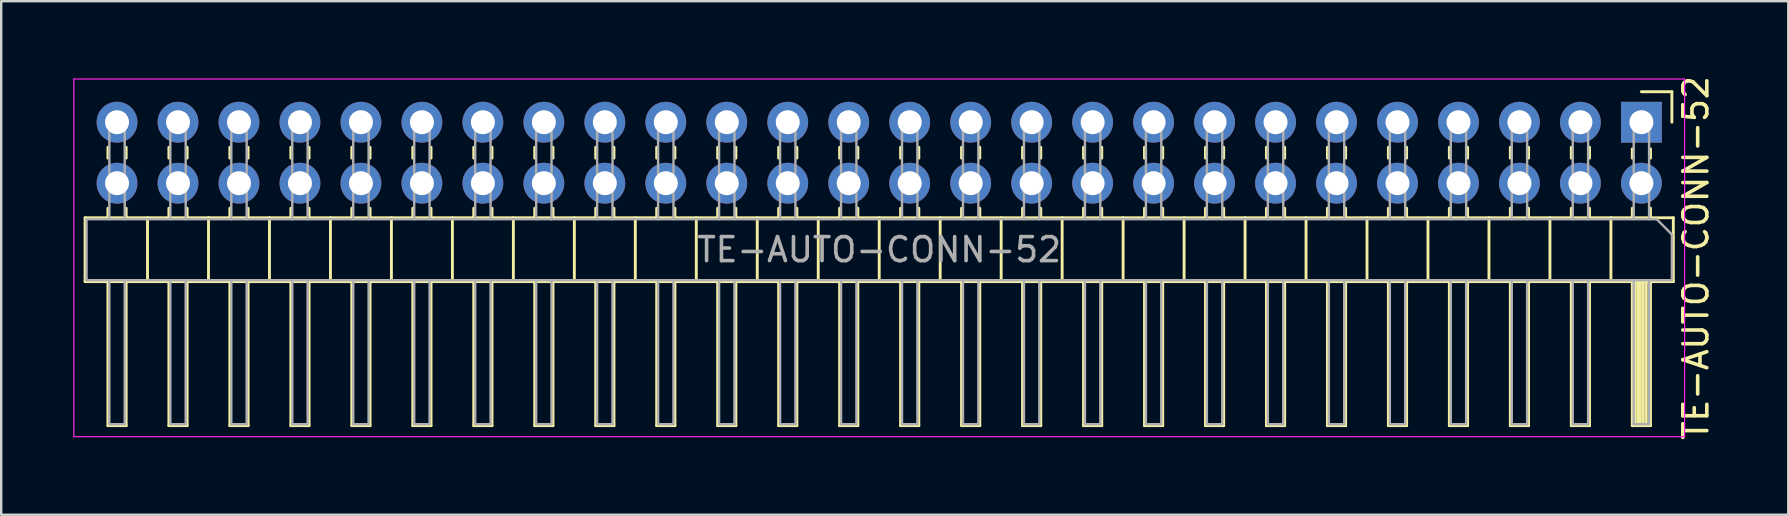
<source format=kicad_pcb>
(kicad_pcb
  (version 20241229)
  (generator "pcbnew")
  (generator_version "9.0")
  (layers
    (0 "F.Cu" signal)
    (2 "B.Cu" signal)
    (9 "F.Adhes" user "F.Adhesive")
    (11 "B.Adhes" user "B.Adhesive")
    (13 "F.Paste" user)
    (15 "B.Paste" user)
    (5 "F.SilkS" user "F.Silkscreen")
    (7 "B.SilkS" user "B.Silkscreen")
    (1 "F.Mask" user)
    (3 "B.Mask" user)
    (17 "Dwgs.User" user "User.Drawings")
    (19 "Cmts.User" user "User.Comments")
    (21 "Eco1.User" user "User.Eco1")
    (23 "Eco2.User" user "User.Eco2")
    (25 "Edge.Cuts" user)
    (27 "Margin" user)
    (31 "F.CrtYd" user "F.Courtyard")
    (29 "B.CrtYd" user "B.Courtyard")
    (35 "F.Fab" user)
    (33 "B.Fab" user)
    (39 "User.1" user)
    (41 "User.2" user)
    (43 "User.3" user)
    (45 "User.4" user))
  (footprint "TE-AUTO-CONN-52"
    (layer "F.Cu")
    (at 29.765 10.931)
    (property "Reference" "TE-AUTO-CONN-52" (at 37.83 -3.235 270) (layer "F.SilkS") (effects (font (size 1 1) (thickness 0.15))))
    (attr through_hole)
    (fp_line (start -29.27 -4.91) (end -29.27 -2.25) (stroke (width 0.12) (type solid)) (layer "F.SilkS"))
    (fp_line (start -29.27 -2.25) (end 36.89 -2.25) (stroke (width 0.12) (type solid)) (layer "F.SilkS"))
    (fp_line (start -28.32 -7.847) (end -28.32 -7.393) (stroke (width 0.12) (type solid)) (layer "F.SilkS"))
    (fp_line (start -28.32 -5.307) (end -28.32 -4.91) (stroke (width 0.12) (type solid)) (layer "F.SilkS"))
    (fp_line (start -28.32 3.75) (end -28.32 -2.25) (stroke (width 0.12) (type solid)) (layer "F.SilkS"))
    (fp_line (start -27.56 -7.847) (end -27.56 -7.393) (stroke (width 0.12) (type solid)) (layer "F.SilkS"))
    (fp_line (start -27.56 -5.307) (end -27.56 -4.91) (stroke (width 0.12) (type solid)) (layer "F.SilkS"))
    (fp_line (start -27.56 -2.25) (end -27.56 3.75) (stroke (width 0.12) (type solid)) (layer "F.SilkS"))
    (fp_line (start -27.56 3.75) (end -28.32 3.75) (stroke (width 0.12) (type solid)) (layer "F.SilkS"))
    (fp_line (start -26.67 -4.91) (end -26.67 -2.25) (stroke (width 0.12) (type solid)) (layer "F.SilkS"))
    (fp_line (start -25.78 -7.847) (end -25.78 -7.393) (stroke (width 0.12) (type solid)) (layer "F.SilkS"))
    (fp_line (start -25.78 -5.307) (end -25.78 -4.91) (stroke (width 0.12) (type solid)) (layer "F.SilkS"))
    (fp_line (start -25.78 3.75) (end -25.78 -2.25) (stroke (width 0.12) (type solid)) (layer "F.SilkS"))
    (fp_line (start -25.02 -7.847) (end -25.02 -7.393) (stroke (width 0.12) (type solid)) (layer "F.SilkS"))
    (fp_line (start -25.02 -5.307) (end -25.02 -4.91) (stroke (width 0.12) (type solid)) (layer "F.SilkS"))
    (fp_line (start -25.02 -2.25) (end -25.02 3.75) (stroke (width 0.12) (type solid)) (layer "F.SilkS"))
    (fp_line (start -25.02 3.75) (end -25.78 3.75) (stroke (width 0.12) (type solid)) (layer "F.SilkS"))
    (fp_line (start -24.13 -4.91) (end -24.13 -2.25) (stroke (width 0.12) (type solid)) (layer "F.SilkS"))
    (fp_line (start -23.24 -7.847) (end -23.24 -7.393) (stroke (width 0.12) (type solid)) (layer "F.SilkS"))
    (fp_line (start -23.24 -5.307) (end -23.24 -4.91) (stroke (width 0.12) (type solid)) (layer "F.SilkS"))
    (fp_line (start -23.24 3.75) (end -23.24 -2.25) (stroke (width 0.12) (type solid)) (layer "F.SilkS"))
    (fp_line (start -22.48 -7.847) (end -22.48 -7.393) (stroke (width 0.12) (type solid)) (layer "F.SilkS"))
    (fp_line (start -22.48 -5.307) (end -22.48 -4.91) (stroke (width 0.12) (type solid)) (layer "F.SilkS"))
    (fp_line (start -22.48 -2.25) (end -22.48 3.75) (stroke (width 0.12) (type solid)) (layer "F.SilkS"))
    (fp_line (start -22.48 3.75) (end -23.24 3.75) (stroke (width 0.12) (type solid)) (layer "F.SilkS"))
    (fp_line (start -21.59 -4.91) (end -21.59 -2.25) (stroke (width 0.12) (type solid)) (layer "F.SilkS"))
    (fp_line (start -20.7 -7.847) (end -20.7 -7.393) (stroke (width 0.12) (type solid)) (layer "F.SilkS"))
    (fp_line (start -20.7 -5.307) (end -20.7 -4.91) (stroke (width 0.12) (type solid)) (layer "F.SilkS"))
    (fp_line (start -20.7 3.75) (end -20.7 -2.25) (stroke (width 0.12) (type solid)) (layer "F.SilkS"))
    (fp_line (start -19.94 -7.847) (end -19.94 -7.393) (stroke (width 0.12) (type solid)) (layer "F.SilkS"))
    (fp_line (start -19.94 -5.307) (end -19.94 -4.91) (stroke (width 0.12) (type solid)) (layer "F.SilkS"))
    (fp_line (start -19.94 -2.25) (end -19.94 3.75) (stroke (width 0.12) (type solid)) (layer "F.SilkS"))
    (fp_line (start -19.94 3.75) (end -20.7 3.75) (stroke (width 0.12) (type solid)) (layer "F.SilkS"))
    (fp_line (start -19.05 -4.91) (end -19.05 -2.25) (stroke (width 0.12) (type solid)) (layer "F.SilkS"))
    (fp_line (start -18.16 -7.847) (end -18.16 -7.393) (stroke (width 0.12) (type solid)) (layer "F.SilkS"))
    (fp_line (start -18.16 -5.307) (end -18.16 -4.91) (stroke (width 0.12) (type solid)) (layer "F.SilkS"))
    (fp_line (start -18.16 3.75) (end -18.16 -2.25) (stroke (width 0.12) (type solid)) (layer "F.SilkS"))
    (fp_line (start -17.4 -7.847) (end -17.4 -7.393) (stroke (width 0.12) (type solid)) (layer "F.SilkS"))
    (fp_line (start -17.4 -5.307) (end -17.4 -4.91) (stroke (width 0.12) (type solid)) (layer "F.SilkS"))
    (fp_line (start -17.4 -2.25) (end -17.4 3.75) (stroke (width 0.12) (type solid)) (layer "F.SilkS"))
    (fp_line (start -17.4 3.75) (end -18.16 3.75) (stroke (width 0.12) (type solid)) (layer "F.SilkS"))
    (fp_line (start -16.51 -4.91) (end -16.51 -2.25) (stroke (width 0.12) (type solid)) (layer "F.SilkS"))
    (fp_line (start -15.62 -7.847) (end -15.62 -7.393) (stroke (width 0.12) (type solid)) (layer "F.SilkS"))
    (fp_line (start -15.62 -5.307) (end -15.62 -4.91) (stroke (width 0.12) (type solid)) (layer "F.SilkS"))
    (fp_line (start -15.62 3.75) (end -15.62 -2.25) (stroke (width 0.12) (type solid)) (layer "F.SilkS"))
    (fp_line (start -14.86 -7.847) (end -14.86 -7.393) (stroke (width 0.12) (type solid)) (layer "F.SilkS"))
    (fp_line (start -14.86 -5.307) (end -14.86 -4.91) (stroke (width 0.12) (type solid)) (layer "F.SilkS"))
    (fp_line (start -14.86 -2.25) (end -14.86 3.75) (stroke (width 0.12) (type solid)) (layer "F.SilkS"))
    (fp_line (start -14.86 3.75) (end -15.62 3.75) (stroke (width 0.12) (type solid)) (layer "F.SilkS"))
    (fp_line (start -13.97 -4.91) (end -13.97 -2.25) (stroke (width 0.12) (type solid)) (layer "F.SilkS"))
    (fp_line (start -13.08 -7.847) (end -13.08 -7.393) (stroke (width 0.12) (type solid)) (layer "F.SilkS"))
    (fp_line (start -13.08 -5.307) (end -13.08 -4.91) (stroke (width 0.12) (type solid)) (layer "F.SilkS"))
    (fp_line (start -13.08 3.75) (end -13.08 -2.25) (stroke (width 0.12) (type solid)) (layer "F.SilkS"))
    (fp_line (start -12.32 -7.847) (end -12.32 -7.393) (stroke (width 0.12) (type solid)) (layer "F.SilkS"))
    (fp_line (start -12.32 -5.307) (end -12.32 -4.91) (stroke (width 0.12) (type solid)) (layer "F.SilkS"))
    (fp_line (start -12.32 -2.25) (end -12.32 3.75) (stroke (width 0.12) (type solid)) (layer "F.SilkS"))
    (fp_line (start -12.32 3.75) (end -13.08 3.75) (stroke (width 0.12) (type solid)) (layer "F.SilkS"))
    (fp_line (start -11.43 -4.91) (end -11.43 -2.25) (stroke (width 0.12) (type solid)) (layer "F.SilkS"))
    (fp_line (start -10.54 -7.847) (end -10.54 -7.393) (stroke (width 0.12) (type solid)) (layer "F.SilkS"))
    (fp_line (start -10.54 -5.307) (end -10.54 -4.91) (stroke (width 0.12) (type solid)) (layer "F.SilkS"))
    (fp_line (start -10.54 3.75) (end -10.54 -2.25) (stroke (width 0.12) (type solid)) (layer "F.SilkS"))
    (fp_line (start -9.78 -7.847) (end -9.78 -7.393) (stroke (width 0.12) (type solid)) (layer "F.SilkS"))
    (fp_line (start -9.78 -5.307) (end -9.78 -4.91) (stroke (width 0.12) (type solid)) (layer "F.SilkS"))
    (fp_line (start -9.78 -2.25) (end -9.78 3.75) (stroke (width 0.12) (type solid)) (layer "F.SilkS"))
    (fp_line (start -9.78 3.75) (end -10.54 3.75) (stroke (width 0.12) (type solid)) (layer "F.SilkS"))
    (fp_line (start -8.89 -4.91) (end -8.89 -2.25) (stroke (width 0.12) (type solid)) (layer "F.SilkS"))
    (fp_line (start -8 -7.847) (end -8 -7.393) (stroke (width 0.12) (type solid)) (layer "F.SilkS"))
    (fp_line (start -8 -5.307) (end -8 -4.91) (stroke (width 0.12) (type solid)) (layer "F.SilkS"))
    (fp_line (start -8 3.75) (end -8 -2.25) (stroke (width 0.12) (type solid)) (layer "F.SilkS"))
    (fp_line (start -7.24 -7.847) (end -7.24 -7.393) (stroke (width 0.12) (type solid)) (layer "F.SilkS"))
    (fp_line (start -7.24 -5.307) (end -7.24 -4.91) (stroke (width 0.12) (type solid)) (layer "F.SilkS"))
    (fp_line (start -7.24 -2.25) (end -7.24 3.75) (stroke (width 0.12) (type solid)) (layer "F.SilkS"))
    (fp_line (start -7.24 3.75) (end -8 3.75) (stroke (width 0.12) (type solid)) (layer "F.SilkS"))
    (fp_line (start -6.35 -4.91) (end -6.35 -2.25) (stroke (width 0.12) (type solid)) (layer "F.SilkS"))
    (fp_line (start -5.46 -7.847) (end -5.46 -7.393) (stroke (width 0.12) (type solid)) (layer "F.SilkS"))
    (fp_line (start -5.46 -5.307) (end -5.46 -4.91) (stroke (width 0.12) (type solid)) (layer "F.SilkS"))
    (fp_line (start -5.46 3.75) (end -5.46 -2.25) (stroke (width 0.12) (type solid)) (layer "F.SilkS"))
    (fp_line (start -4.7 -7.847) (end -4.7 -7.393) (stroke (width 0.12) (type solid)) (layer "F.SilkS"))
    (fp_line (start -4.7 -5.307) (end -4.7 -4.91) (stroke (width 0.12) (type solid)) (layer "F.SilkS"))
    (fp_line (start -4.7 -2.25) (end -4.7 3.75) (stroke (width 0.12) (type solid)) (layer "F.SilkS"))
    (fp_line (start -4.7 3.75) (end -5.46 3.75) (stroke (width 0.12) (type solid)) (layer "F.SilkS"))
    (fp_line (start -3.81 -4.91) (end -3.81 -2.25) (stroke (width 0.12) (type solid)) (layer "F.SilkS"))
    (fp_line (start -2.92 -7.847) (end -2.92 -7.393) (stroke (width 0.12) (type solid)) (layer "F.SilkS"))
    (fp_line (start -2.92 -5.307) (end -2.92 -4.91) (stroke (width 0.12) (type solid)) (layer "F.SilkS"))
    (fp_line (start -2.92 3.75) (end -2.92 -2.25) (stroke (width 0.12) (type solid)) (layer "F.SilkS"))
    (fp_line (start -2.16 -7.847) (end -2.16 -7.393) (stroke (width 0.12) (type solid)) (layer "F.SilkS"))
    (fp_line (start -2.16 -5.307) (end -2.16 -4.91) (stroke (width 0.12) (type solid)) (layer "F.SilkS"))
    (fp_line (start -2.16 -2.25) (end -2.16 3.75) (stroke (width 0.12) (type solid)) (layer "F.SilkS"))
    (fp_line (start -2.16 3.75) (end -2.92 3.75) (stroke (width 0.12) (type solid)) (layer "F.SilkS"))
    (fp_line (start -1.27 -4.91) (end -1.27 -2.25) (stroke (width 0.12) (type solid)) (layer "F.SilkS"))
    (fp_line (start -0.38 -7.847) (end -0.38 -7.393) (stroke (width 0.12) (type solid)) (layer "F.SilkS"))
    (fp_line (start -0.38 -5.307) (end -0.38 -4.91) (stroke (width 0.12) (type solid)) (layer "F.SilkS"))
    (fp_line (start -0.38 3.75) (end -0.38 -2.25) (stroke (width 0.12) (type solid)) (layer "F.SilkS"))
    (fp_line (start 0.38 -7.847) (end 0.38 -7.393) (stroke (width 0.12) (type solid)) (layer "F.SilkS"))
    (fp_line (start 0.38 -5.307) (end 0.38 -4.91) (stroke (width 0.12) (type solid)) (layer "F.SilkS"))
    (fp_line (start 0.38 -2.25) (end 0.38 3.75) (stroke (width 0.12) (type solid)) (layer "F.SilkS"))
    (fp_line (start 0.38 3.75) (end -0.38 3.75) (stroke (width 0.12) (type solid)) (layer "F.SilkS"))
    (fp_line (start 1.27 -4.91) (end 1.27 -2.25) (stroke (width 0.12) (type solid)) (layer "F.SilkS"))
    (fp_line (start 2.16 -7.847) (end 2.16 -7.393) (stroke (width 0.12) (type solid)) (layer "F.SilkS"))
    (fp_line (start 2.16 -5.307) (end 2.16 -4.91) (stroke (width 0.12) (type solid)) (layer "F.SilkS"))
    (fp_line (start 2.16 3.75) (end 2.16 -2.25) (stroke (width 0.12) (type solid)) (layer "F.SilkS"))
    (fp_line (start 2.92 -7.847) (end 2.92 -7.393) (stroke (width 0.12) (type solid)) (layer "F.SilkS"))
    (fp_line (start 2.92 -5.307) (end 2.92 -4.91) (stroke (width 0.12) (type solid)) (layer "F.SilkS"))
    (fp_line (start 2.92 -2.25) (end 2.92 3.75) (stroke (width 0.12) (type solid)) (layer "F.SilkS"))
    (fp_line (start 2.92 3.75) (end 2.16 3.75) (stroke (width 0.12) (type solid)) (layer "F.SilkS"))
    (fp_line (start 3.81 -4.91) (end 3.81 -2.25) (stroke (width 0.12) (type solid)) (layer "F.SilkS"))
    (fp_line (start 4.7 -7.847) (end 4.7 -7.393) (stroke (width 0.12) (type solid)) (layer "F.SilkS"))
    (fp_line (start 4.7 -5.307) (end 4.7 -4.91) (stroke (width 0.12) (type solid)) (layer "F.SilkS"))
    (fp_line (start 4.7 3.75) (end 4.7 -2.25) (stroke (width 0.12) (type solid)) (layer "F.SilkS"))
    (fp_line (start 5.46 -7.847) (end 5.46 -7.393) (stroke (width 0.12) (type solid)) (layer "F.SilkS"))
    (fp_line (start 5.46 -5.307) (end 5.46 -4.91) (stroke (width 0.12) (type solid)) (layer "F.SilkS"))
    (fp_line (start 5.46 -2.25) (end 5.46 3.75) (stroke (width 0.12) (type solid)) (layer "F.SilkS"))
    (fp_line (start 5.46 3.75) (end 4.7 3.75) (stroke (width 0.12) (type solid)) (layer "F.SilkS"))
    (fp_line (start 6.35 -4.91) (end 6.35 -2.25) (stroke (width 0.12) (type solid)) (layer "F.SilkS"))
    (fp_line (start 7.24 -7.847) (end 7.24 -7.393) (stroke (width 0.12) (type solid)) (layer "F.SilkS"))
    (fp_line (start 7.24 -5.307) (end 7.24 -4.91) (stroke (width 0.12) (type solid)) (layer "F.SilkS"))
    (fp_line (start 7.24 3.75) (end 7.24 -2.25) (stroke (width 0.12) (type solid)) (layer "F.SilkS"))
    (fp_line (start 8 -7.847) (end 8 -7.393) (stroke (width 0.12) (type solid)) (layer "F.SilkS"))
    (fp_line (start 8 -5.307) (end 8 -4.91) (stroke (width 0.12) (type solid)) (layer "F.SilkS"))
    (fp_line (start 8 -2.25) (end 8 3.75) (stroke (width 0.12) (type solid)) (layer "F.SilkS"))
    (fp_line (start 8 3.75) (end 7.24 3.75) (stroke (width 0.12) (type solid)) (layer "F.SilkS"))
    (fp_line (start 8.89 -4.91) (end 8.89 -2.25) (stroke (width 0.12) (type solid)) (layer "F.SilkS"))
    (fp_line (start 9.78 -7.847) (end 9.78 -7.393) (stroke (width 0.12) (type solid)) (layer "F.SilkS"))
    (fp_line (start 9.78 -5.307) (end 9.78 -4.91) (stroke (width 0.12) (type solid)) (layer "F.SilkS"))
    (fp_line (start 9.78 3.75) (end 9.78 -2.25) (stroke (width 0.12) (type solid)) (layer "F.SilkS"))
    (fp_line (start 10.54 -7.847) (end 10.54 -7.393) (stroke (width 0.12) (type solid)) (layer "F.SilkS"))
    (fp_line (start 10.54 -5.307) (end 10.54 -4.91) (stroke (width 0.12) (type solid)) (layer "F.SilkS"))
    (fp_line (start 10.54 -2.25) (end 10.54 3.75) (stroke (width 0.12) (type solid)) (layer "F.SilkS"))
    (fp_line (start 10.54 3.75) (end 9.78 3.75) (stroke (width 0.12) (type solid)) (layer "F.SilkS"))
    (fp_line (start 11.43 -4.91) (end 11.43 -2.25) (stroke (width 0.12) (type solid)) (layer "F.SilkS"))
    (fp_line (start 12.32 -7.847) (end 12.32 -7.393) (stroke (width 0.12) (type solid)) (layer "F.SilkS"))
    (fp_line (start 12.32 -5.307) (end 12.32 -4.91) (stroke (width 0.12) (type solid)) (layer "F.SilkS"))
    (fp_line (start 12.32 3.75) (end 12.32 -2.25) (stroke (width 0.12) (type solid)) (layer "F.SilkS"))
    (fp_line (start 13.08 -7.847) (end 13.08 -7.393) (stroke (width 0.12) (type solid)) (layer "F.SilkS"))
    (fp_line (start 13.08 -5.307) (end 13.08 -4.91) (stroke (width 0.12) (type solid)) (layer "F.SilkS"))
    (fp_line (start 13.08 -2.25) (end 13.08 3.75) (stroke (width 0.12) (type solid)) (layer "F.SilkS"))
    (fp_line (start 13.08 3.75) (end 12.32 3.75) (stroke (width 0.12) (type solid)) (layer "F.SilkS"))
    (fp_line (start 13.97 -4.91) (end 13.97 -2.25) (stroke (width 0.12) (type solid)) (layer "F.SilkS"))
    (fp_line (start 14.86 -7.847) (end 14.86 -7.393) (stroke (width 0.12) (type solid)) (layer "F.SilkS"))
    (fp_line (start 14.86 -5.307) (end 14.86 -4.91) (stroke (width 0.12) (type solid)) (layer "F.SilkS"))
    (fp_line (start 14.86 3.75) (end 14.86 -2.25) (stroke (width 0.12) (type solid)) (layer "F.SilkS"))
    (fp_line (start 15.62 -7.847) (end 15.62 -7.393) (stroke (width 0.12) (type solid)) (layer "F.SilkS"))
    (fp_line (start 15.62 -5.307) (end 15.62 -4.91) (stroke (width 0.12) (type solid)) (layer "F.SilkS"))
    (fp_line (start 15.62 -2.25) (end 15.62 3.75) (stroke (width 0.12) (type solid)) (layer "F.SilkS"))
    (fp_line (start 15.62 3.75) (end 14.86 3.75) (stroke (width 0.12) (type solid)) (layer "F.SilkS"))
    (fp_line (start 16.51 -4.91) (end 16.51 -2.25) (stroke (width 0.12) (type solid)) (layer "F.SilkS"))
    (fp_line (start 17.4 -7.847) (end 17.4 -7.393) (stroke (width 0.12) (type solid)) (layer "F.SilkS"))
    (fp_line (start 17.4 -5.307) (end 17.4 -4.91) (stroke (width 0.12) (type solid)) (layer "F.SilkS"))
    (fp_line (start 17.4 3.75) (end 17.4 -2.25) (stroke (width 0.12) (type solid)) (layer "F.SilkS"))
    (fp_line (start 18.16 -7.847) (end 18.16 -7.393) (stroke (width 0.12) (type solid)) (layer "F.SilkS"))
    (fp_line (start 18.16 -5.307) (end 18.16 -4.91) (stroke (width 0.12) (type solid)) (layer "F.SilkS"))
    (fp_line (start 18.16 -2.25) (end 18.16 3.75) (stroke (width 0.12) (type solid)) (layer "F.SilkS"))
    (fp_line (start 18.16 3.75) (end 17.4 3.75) (stroke (width 0.12) (type solid)) (layer "F.SilkS"))
    (fp_line (start 19.05 -4.91) (end 19.05 -2.25) (stroke (width 0.12) (type solid)) (layer "F.SilkS"))
    (fp_line (start 19.94 -7.847) (end 19.94 -7.393) (stroke (width 0.12) (type solid)) (layer "F.SilkS"))
    (fp_line (start 19.94 -5.307) (end 19.94 -4.91) (stroke (width 0.12) (type solid)) (layer "F.SilkS"))
    (fp_line (start 19.94 3.75) (end 19.94 -2.25) (stroke (width 0.12) (type solid)) (layer "F.SilkS"))
    (fp_line (start 20.7 -7.847) (end 20.7 -7.393) (stroke (width 0.12) (type solid)) (layer "F.SilkS"))
    (fp_line (start 20.7 -5.307) (end 20.7 -4.91) (stroke (width 0.12) (type solid)) (layer "F.SilkS"))
    (fp_line (start 20.7 -2.25) (end 20.7 3.75) (stroke (width 0.12) (type solid)) (layer "F.SilkS"))
    (fp_line (start 20.7 3.75) (end 19.94 3.75) (stroke (width 0.12) (type solid)) (layer "F.SilkS"))
    (fp_line (start 21.59 -4.91) (end 21.59 -2.25) (stroke (width 0.12) (type solid)) (layer "F.SilkS"))
    (fp_line (start 22.48 -7.847) (end 22.48 -7.393) (stroke (width 0.12) (type solid)) (layer "F.SilkS"))
    (fp_line (start 22.48 -5.307) (end 22.48 -4.91) (stroke (width 0.12) (type solid)) (layer "F.SilkS"))
    (fp_line (start 22.48 3.75) (end 22.48 -2.25) (stroke (width 0.12) (type solid)) (layer "F.SilkS"))
    (fp_line (start 23.24 -7.847) (end 23.24 -7.393) (stroke (width 0.12) (type solid)) (layer "F.SilkS"))
    (fp_line (start 23.24 -5.307) (end 23.24 -4.91) (stroke (width 0.12) (type solid)) (layer "F.SilkS"))
    (fp_line (start 23.24 -2.25) (end 23.24 3.75) (stroke (width 0.12) (type solid)) (layer "F.SilkS"))
    (fp_line (start 23.24 3.75) (end 22.48 3.75) (stroke (width 0.12) (type solid)) (layer "F.SilkS"))
    (fp_line (start 24.13 -4.91) (end 24.13 -2.25) (stroke (width 0.12) (type solid)) (layer "F.SilkS"))
    (fp_line (start 25.02 -7.847) (end 25.02 -7.393) (stroke (width 0.12) (type solid)) (layer "F.SilkS"))
    (fp_line (start 25.02 -5.307) (end 25.02 -4.91) (stroke (width 0.12) (type solid)) (layer "F.SilkS"))
    (fp_line (start 25.02 3.75) (end 25.02 -2.25) (stroke (width 0.12) (type solid)) (layer "F.SilkS"))
    (fp_line (start 25.78 -7.847) (end 25.78 -7.393) (stroke (width 0.12) (type solid)) (layer "F.SilkS"))
    (fp_line (start 25.78 -5.307) (end 25.78 -4.91) (stroke (width 0.12) (type solid)) (layer "F.SilkS"))
    (fp_line (start 25.78 -2.25) (end 25.78 3.75) (stroke (width 0.12) (type solid)) (layer "F.SilkS"))
    (fp_line (start 25.78 3.75) (end 25.02 3.75) (stroke (width 0.12) (type solid)) (layer "F.SilkS"))
    (fp_line (start 26.67 -4.91) (end 26.67 -2.25) (stroke (width 0.12) (type solid)) (layer "F.SilkS"))
    (fp_line (start 27.56 -7.847) (end 27.56 -7.393) (stroke (width 0.12) (type solid)) (layer "F.SilkS"))
    (fp_line (start 27.56 -5.307) (end 27.56 -4.91) (stroke (width 0.12) (type solid)) (layer "F.SilkS"))
    (fp_line (start 27.56 3.75) (end 27.56 -2.25) (stroke (width 0.12) (type solid)) (layer "F.SilkS"))
    (fp_line (start 28.32 -7.847) (end 28.32 -7.393) (stroke (width 0.12) (type solid)) (layer "F.SilkS"))
    (fp_line (start 28.32 -5.307) (end 28.32 -4.91) (stroke (width 0.12) (type solid)) (layer "F.SilkS"))
    (fp_line (start 28.32 -2.25) (end 28.32 3.75) (stroke (width 0.12) (type solid)) (layer "F.SilkS"))
    (fp_line (start 28.32 3.75) (end 27.56 3.75) (stroke (width 0.12) (type solid)) (layer "F.SilkS"))
    (fp_line (start 29.21 -4.91) (end 29.21 -2.25) (stroke (width 0.12) (type solid)) (layer "F.SilkS"))
    (fp_line (start 30.1 -7.847) (end 30.1 -7.393) (stroke (width 0.12) (type solid)) (layer "F.SilkS"))
    (fp_line (start 30.1 -5.307) (end 30.1 -4.91) (stroke (width 0.12) (type solid)) (layer "F.SilkS"))
    (fp_line (start 30.1 3.75) (end 30.1 -2.25) (stroke (width 0.12) (type solid)) (layer "F.SilkS"))
    (fp_line (start 30.86 -7.847) (end 30.86 -7.393) (stroke (width 0.12) (type solid)) (layer "F.SilkS"))
    (fp_line (start 30.86 -5.307) (end 30.86 -4.91) (stroke (width 0.12) (type solid)) (layer "F.SilkS"))
    (fp_line (start 30.86 -2.25) (end 30.86 3.75) (stroke (width 0.12) (type solid)) (layer "F.SilkS"))
    (fp_line (start 30.86 3.75) (end 30.1 3.75) (stroke (width 0.12) (type solid)) (layer "F.SilkS"))
    (fp_line (start 31.75 -4.91) (end 31.75 -2.25) (stroke (width 0.12) (type solid)) (layer "F.SilkS"))
    (fp_line (start 32.64 -7.847) (end 32.64 -7.393) (stroke (width 0.12) (type solid)) (layer "F.SilkS"))
    (fp_line (start 32.64 -5.307) (end 32.64 -4.91) (stroke (width 0.12) (type solid)) (layer "F.SilkS"))
    (fp_line (start 32.64 3.75) (end 32.64 -2.25) (stroke (width 0.12) (type solid)) (layer "F.SilkS"))
    (fp_line (start 33.4 -7.847) (end 33.4 -7.393) (stroke (width 0.12) (type solid)) (layer "F.SilkS"))
    (fp_line (start 33.4 -5.307) (end 33.4 -4.91) (stroke (width 0.12) (type solid)) (layer "F.SilkS"))
    (fp_line (start 33.4 -2.25) (end 33.4 3.75) (stroke (width 0.12) (type solid)) (layer "F.SilkS"))
    (fp_line (start 33.4 3.75) (end 32.64 3.75) (stroke (width 0.12) (type solid)) (layer "F.SilkS"))
    (fp_line (start 34.29 -4.91) (end 34.29 -2.25) (stroke (width 0.12) (type solid)) (layer "F.SilkS"))
    (fp_line (start 35.18 -7.78) (end 35.18 -7.393) (stroke (width 0.12) (type solid)) (layer "F.SilkS"))
    (fp_line (start 35.18 -5.307) (end 35.18 -4.91) (stroke (width 0.12) (type solid)) (layer "F.SilkS"))
    (fp_line (start 35.18 3.75) (end 35.18 -2.25) (stroke (width 0.12) (type solid)) (layer "F.SilkS"))
    (fp_line (start 35.28 -2.25) (end 35.28 3.75) (stroke (width 0.12) (type solid)) (layer "F.SilkS"))
    (fp_line (start 35.4 -2.25) (end 35.4 3.75) (stroke (width 0.12) (type solid)) (layer "F.SilkS"))
    (fp_line (start 35.52 -2.25) (end 35.52 3.75) (stroke (width 0.12) (type solid)) (layer "F.SilkS"))
    (fp_line (start 35.56 -10.16) (end 36.83 -10.16) (stroke (width 0.12) (type solid)) (layer "F.SilkS"))
    (fp_line (start 35.64 -2.25) (end 35.64 3.75) (stroke (width 0.12) (type solid)) (layer "F.SilkS"))
    (fp_line (start 35.76 -2.25) (end 35.76 3.75) (stroke (width 0.12) (type solid)) (layer "F.SilkS"))
    (fp_line (start 35.88 -2.25) (end 35.88 3.75) (stroke (width 0.12) (type solid)) (layer "F.SilkS"))
    (fp_line (start 35.94 -7.78) (end 35.94 -7.393) (stroke (width 0.12) (type solid)) (layer "F.SilkS"))
    (fp_line (start 35.94 -5.307) (end 35.94 -4.91) (stroke (width 0.12) (type solid)) (layer "F.SilkS"))
    (fp_line (start 35.94 -2.25) (end 35.94 3.75) (stroke (width 0.12) (type solid)) (layer "F.SilkS"))
    (fp_line (start 35.94 3.75) (end 35.18 3.75) (stroke (width 0.12) (type solid)) (layer "F.SilkS"))
    (fp_line (start 36.83 -10.16) (end 36.83 -8.89) (stroke (width 0.12) (type solid)) (layer "F.SilkS"))
    (fp_line (start 36.89 -4.91) (end -29.27 -4.91) (stroke (width 0.12) (type solid)) (layer "F.SilkS"))
    (fp_line (start 36.89 -2.25) (end 36.89 -4.91) (stroke (width 0.12) (type solid)) (layer "F.SilkS"))
    (fp_line (start -29.74 -10.69) (end -29.74 4.21) (stroke (width 0.05) (type solid)) (layer "F.CrtYd"))
    (fp_line (start -29.74 4.21) (end 37.36 4.21) (stroke (width 0.05) (type solid)) (layer "F.CrtYd"))
    (fp_line (start 37.36 -10.69) (end -29.74 -10.69) (stroke (width 0.05) (type solid)) (layer "F.CrtYd"))
    (fp_line (start 37.36 4.21) (end 37.36 -10.69) (stroke (width 0.05) (type solid)) (layer "F.CrtYd"))
    (fp_line (start -29.21 -4.85) (end 36.195 -4.85) (stroke (width 0.1) (type solid)) (layer "F.Fab"))
    (fp_line (start -29.21 -2.31) (end -29.21 -4.85) (stroke (width 0.1) (type solid)) (layer "F.Fab"))
    (fp_line (start -28.26 -9.21) (end -28.26 -4.85) (stroke (width 0.1) (type solid)) (layer "F.Fab"))
    (fp_line (start -28.26 -2.31) (end -28.26 3.69) (stroke (width 0.1) (type solid)) (layer "F.Fab"))
    (fp_line (start -27.62 -9.21) (end -28.26 -9.21) (stroke (width 0.1) (type solid)) (layer "F.Fab"))
    (fp_line (start -27.62 -9.21) (end -27.62 -4.85) (stroke (width 0.1) (type solid)) (layer "F.Fab"))
    (fp_line (start -27.62 -2.31) (end -27.62 3.69) (stroke (width 0.1) (type solid)) (layer "F.Fab"))
    (fp_line (start -27.62 3.69) (end -28.26 3.69) (stroke (width 0.1) (type solid)) (layer "F.Fab"))
    (fp_line (start -25.72 -9.21) (end -25.72 -4.85) (stroke (width 0.1) (type solid)) (layer "F.Fab"))
    (fp_line (start -25.72 -2.31) (end -25.72 3.69) (stroke (width 0.1) (type solid)) (layer "F.Fab"))
    (fp_line (start -25.08 -9.21) (end -25.72 -9.21) (stroke (width 0.1) (type solid)) (layer "F.Fab"))
    (fp_line (start -25.08 -9.21) (end -25.08 -4.85) (stroke (width 0.1) (type solid)) (layer "F.Fab"))
    (fp_line (start -25.08 -2.31) (end -25.08 3.69) (stroke (width 0.1) (type solid)) (layer "F.Fab"))
    (fp_line (start -25.08 3.69) (end -25.72 3.69) (stroke (width 0.1) (type solid)) (layer "F.Fab"))
    (fp_line (start -23.18 -9.21) (end -23.18 -4.85) (stroke (width 0.1) (type solid)) (layer "F.Fab"))
    (fp_line (start -23.18 -2.31) (end -23.18 3.69) (stroke (width 0.1) (type solid)) (layer "F.Fab"))
    (fp_line (start -22.54 -9.21) (end -23.18 -9.21) (stroke (width 0.1) (type solid)) (layer "F.Fab"))
    (fp_line (start -22.54 -9.21) (end -22.54 -4.85) (stroke (width 0.1) (type solid)) (layer "F.Fab"))
    (fp_line (start -22.54 -2.31) (end -22.54 3.69) (stroke (width 0.1) (type solid)) (layer "F.Fab"))
    (fp_line (start -22.54 3.69) (end -23.18 3.69) (stroke (width 0.1) (type solid)) (layer "F.Fab"))
    (fp_line (start -20.64 -9.21) (end -20.64 -4.85) (stroke (width 0.1) (type solid)) (layer "F.Fab"))
    (fp_line (start -20.64 -2.31) (end -20.64 3.69) (stroke (width 0.1) (type solid)) (layer "F.Fab"))
    (fp_line (start -20 -9.21) (end -20.64 -9.21) (stroke (width 0.1) (type solid)) (layer "F.Fab"))
    (fp_line (start -20 -9.21) (end -20 -4.85) (stroke (width 0.1) (type solid)) (layer "F.Fab"))
    (fp_line (start -20 -2.31) (end -20 3.69) (stroke (width 0.1) (type solid)) (layer "F.Fab"))
    (fp_line (start -20 3.69) (end -20.64 3.69) (stroke (width 0.1) (type solid)) (layer "F.Fab"))
    (fp_line (start -18.1 -9.21) (end -18.1 -4.85) (stroke (width 0.1) (type solid)) (layer "F.Fab"))
    (fp_line (start -18.1 -2.31) (end -18.1 3.69) (stroke (width 0.1) (type solid)) (layer "F.Fab"))
    (fp_line (start -17.46 -9.21) (end -18.1 -9.21) (stroke (width 0.1) (type solid)) (layer "F.Fab"))
    (fp_line (start -17.46 -9.21) (end -17.46 -4.85) (stroke (width 0.1) (type solid)) (layer "F.Fab"))
    (fp_line (start -17.46 -2.31) (end -17.46 3.69) (stroke (width 0.1) (type solid)) (layer "F.Fab"))
    (fp_line (start -17.46 3.69) (end -18.1 3.69) (stroke (width 0.1) (type solid)) (layer "F.Fab"))
    (fp_line (start -15.56 -9.21) (end -15.56 -4.85) (stroke (width 0.1) (type solid)) (layer "F.Fab"))
    (fp_line (start -15.56 -2.31) (end -15.56 3.69) (stroke (width 0.1) (type solid)) (layer "F.Fab"))
    (fp_line (start -14.92 -9.21) (end -15.56 -9.21) (stroke (width 0.1) (type solid)) (layer "F.Fab"))
    (fp_line (start -14.92 -9.21) (end -14.92 -4.85) (stroke (width 0.1) (type solid)) (layer "F.Fab"))
    (fp_line (start -14.92 -2.31) (end -14.92 3.69) (stroke (width 0.1) (type solid)) (layer "F.Fab"))
    (fp_line (start -14.92 3.69) (end -15.56 3.69) (stroke (width 0.1) (type solid)) (layer "F.Fab"))
    (fp_line (start -13.02 -9.21) (end -13.02 -4.85) (stroke (width 0.1) (type solid)) (layer "F.Fab"))
    (fp_line (start -13.02 -2.31) (end -13.02 3.69) (stroke (width 0.1) (type solid)) (layer "F.Fab"))
    (fp_line (start -12.38 -9.21) (end -13.02 -9.21) (stroke (width 0.1) (type solid)) (layer "F.Fab"))
    (fp_line (start -12.38 -9.21) (end -12.38 -4.85) (stroke (width 0.1) (type solid)) (layer "F.Fab"))
    (fp_line (start -12.38 -2.31) (end -12.38 3.69) (stroke (width 0.1) (type solid)) (layer "F.Fab"))
    (fp_line (start -12.38 3.69) (end -13.02 3.69) (stroke (width 0.1) (type solid)) (layer "F.Fab"))
    (fp_line (start -10.48 -9.21) (end -10.48 -4.85) (stroke (width 0.1) (type solid)) (layer "F.Fab"))
    (fp_line (start -10.48 -2.31) (end -10.48 3.69) (stroke (width 0.1) (type solid)) (layer "F.Fab"))
    (fp_line (start -9.84 -9.21) (end -10.48 -9.21) (stroke (width 0.1) (type solid)) (layer "F.Fab"))
    (fp_line (start -9.84 -9.21) (end -9.84 -4.85) (stroke (width 0.1) (type solid)) (layer "F.Fab"))
    (fp_line (start -9.84 -2.31) (end -9.84 3.69) (stroke (width 0.1) (type solid)) (layer "F.Fab"))
    (fp_line (start -9.84 3.69) (end -10.48 3.69) (stroke (width 0.1) (type solid)) (layer "F.Fab"))
    (fp_line (start -7.94 -9.21) (end -7.94 -4.85) (stroke (width 0.1) (type solid)) (layer "F.Fab"))
    (fp_line (start -7.94 -2.31) (end -7.94 3.69) (stroke (width 0.1) (type solid)) (layer "F.Fab"))
    (fp_line (start -7.3 -9.21) (end -7.94 -9.21) (stroke (width 0.1) (type solid)) (layer "F.Fab"))
    (fp_line (start -7.3 -9.21) (end -7.3 -4.85) (stroke (width 0.1) (type solid)) (layer "F.Fab"))
    (fp_line (start -7.3 -2.31) (end -7.3 3.69) (stroke (width 0.1) (type solid)) (layer "F.Fab"))
    (fp_line (start -7.3 3.69) (end -7.94 3.69) (stroke (width 0.1) (type solid)) (layer "F.Fab"))
    (fp_line (start -5.4 -9.21) (end -5.4 -4.85) (stroke (width 0.1) (type solid)) (layer "F.Fab"))
    (fp_line (start -5.4 -2.31) (end -5.4 3.69) (stroke (width 0.1) (type solid)) (layer "F.Fab"))
    (fp_line (start -4.76 -9.21) (end -5.4 -9.21) (stroke (width 0.1) (type solid)) (layer "F.Fab"))
    (fp_line (start -4.76 -9.21) (end -4.76 -4.85) (stroke (width 0.1) (type solid)) (layer "F.Fab"))
    (fp_line (start -4.76 -2.31) (end -4.76 3.69) (stroke (width 0.1) (type solid)) (layer "F.Fab"))
    (fp_line (start -4.76 3.69) (end -5.4 3.69) (stroke (width 0.1) (type solid)) (layer "F.Fab"))
    (fp_line (start -2.86 -9.21) (end -2.86 -4.85) (stroke (width 0.1) (type solid)) (layer "F.Fab"))
    (fp_line (start -2.86 -2.31) (end -2.86 3.69) (stroke (width 0.1) (type solid)) (layer "F.Fab"))
    (fp_line (start -2.22 -9.21) (end -2.86 -9.21) (stroke (width 0.1) (type solid)) (layer "F.Fab"))
    (fp_line (start -2.22 -9.21) (end -2.22 -4.85) (stroke (width 0.1) (type solid)) (layer "F.Fab"))
    (fp_line (start -2.22 -2.31) (end -2.22 3.69) (stroke (width 0.1) (type solid)) (layer "F.Fab"))
    (fp_line (start -2.22 3.69) (end -2.86 3.69) (stroke (width 0.1) (type solid)) (layer "F.Fab"))
    (fp_line (start -0.32 -9.21) (end -0.32 -4.85) (stroke (width 0.1) (type solid)) (layer "F.Fab"))
    (fp_line (start -0.32 -2.31) (end -0.32 3.69) (stroke (width 0.1) (type solid)) (layer "F.Fab"))
    (fp_line (start 0.32 -9.21) (end -0.32 -9.21) (stroke (width 0.1) (type solid)) (layer "F.Fab"))
    (fp_line (start 0.32 -9.21) (end 0.32 -4.85) (stroke (width 0.1) (type solid)) (layer "F.Fab"))
    (fp_line (start 0.32 -2.31) (end 0.32 3.69) (stroke (width 0.1) (type solid)) (layer "F.Fab"))
    (fp_line (start 0.32 3.69) (end -0.32 3.69) (stroke (width 0.1) (type solid)) (layer "F.Fab"))
    (fp_line (start 2.22 -9.21) (end 2.22 -4.85) (stroke (width 0.1) (type solid)) (layer "F.Fab"))
    (fp_line (start 2.22 -2.31) (end 2.22 3.69) (stroke (width 0.1) (type solid)) (layer "F.Fab"))
    (fp_line (start 2.86 -9.21) (end 2.22 -9.21) (stroke (width 0.1) (type solid)) (layer "F.Fab"))
    (fp_line (start 2.86 -9.21) (end 2.86 -4.85) (stroke (width 0.1) (type solid)) (layer "F.Fab"))
    (fp_line (start 2.86 -2.31) (end 2.86 3.69) (stroke (width 0.1) (type solid)) (layer "F.Fab"))
    (fp_line (start 2.86 3.69) (end 2.22 3.69) (stroke (width 0.1) (type solid)) (layer "F.Fab"))
    (fp_line (start 4.76 -9.21) (end 4.76 -4.85) (stroke (width 0.1) (type solid)) (layer "F.Fab"))
    (fp_line (start 4.76 -2.31) (end 4.76 3.69) (stroke (width 0.1) (type solid)) (layer "F.Fab"))
    (fp_line (start 5.4 -9.21) (end 4.76 -9.21) (stroke (width 0.1) (type solid)) (layer "F.Fab"))
    (fp_line (start 5.4 -9.21) (end 5.4 -4.85) (stroke (width 0.1) (type solid)) (layer "F.Fab"))
    (fp_line (start 5.4 -2.31) (end 5.4 3.69) (stroke (width 0.1) (type solid)) (layer "F.Fab"))
    (fp_line (start 5.4 3.69) (end 4.76 3.69) (stroke (width 0.1) (type solid)) (layer "F.Fab"))
    (fp_line (start 7.3 -9.21) (end 7.3 -4.85) (stroke (width 0.1) (type solid)) (layer "F.Fab"))
    (fp_line (start 7.3 -2.31) (end 7.3 3.69) (stroke (width 0.1) (type solid)) (layer "F.Fab"))
    (fp_line (start 7.94 -9.21) (end 7.3 -9.21) (stroke (width 0.1) (type solid)) (layer "F.Fab"))
    (fp_line (start 7.94 -9.21) (end 7.94 -4.85) (stroke (width 0.1) (type solid)) (layer "F.Fab"))
    (fp_line (start 7.94 -2.31) (end 7.94 3.69) (stroke (width 0.1) (type solid)) (layer "F.Fab"))
    (fp_line (start 7.94 3.69) (end 7.3 3.69) (stroke (width 0.1) (type solid)) (layer "F.Fab"))
    (fp_line (start 9.84 -9.21) (end 9.84 -4.85) (stroke (width 0.1) (type solid)) (layer "F.Fab"))
    (fp_line (start 9.84 -2.31) (end 9.84 3.69) (stroke (width 0.1) (type solid)) (layer "F.Fab"))
    (fp_line (start 10.48 -9.21) (end 9.84 -9.21) (stroke (width 0.1) (type solid)) (layer "F.Fab"))
    (fp_line (start 10.48 -9.21) (end 10.48 -4.85) (stroke (width 0.1) (type solid)) (layer "F.Fab"))
    (fp_line (start 10.48 -2.31) (end 10.48 3.69) (stroke (width 0.1) (type solid)) (layer "F.Fab"))
    (fp_line (start 10.48 3.69) (end 9.84 3.69) (stroke (width 0.1) (type solid)) (layer "F.Fab"))
    (fp_line (start 12.38 -9.21) (end 12.38 -4.85) (stroke (width 0.1) (type solid)) (layer "F.Fab"))
    (fp_line (start 12.38 -2.31) (end 12.38 3.69) (stroke (width 0.1) (type solid)) (layer "F.Fab"))
    (fp_line (start 13.02 -9.21) (end 12.38 -9.21) (stroke (width 0.1) (type solid)) (layer "F.Fab"))
    (fp_line (start 13.02 -9.21) (end 13.02 -4.85) (stroke (width 0.1) (type solid)) (layer "F.Fab"))
    (fp_line (start 13.02 -2.31) (end 13.02 3.69) (stroke (width 0.1) (type solid)) (layer "F.Fab"))
    (fp_line (start 13.02 3.69) (end 12.38 3.69) (stroke (width 0.1) (type solid)) (layer "F.Fab"))
    (fp_line (start 14.92 -9.21) (end 14.92 -4.85) (stroke (width 0.1) (type solid)) (layer "F.Fab"))
    (fp_line (start 14.92 -2.31) (end 14.92 3.69) (stroke (width 0.1) (type solid)) (layer "F.Fab"))
    (fp_line (start 15.56 -9.21) (end 14.92 -9.21) (stroke (width 0.1) (type solid)) (layer "F.Fab"))
    (fp_line (start 15.56 -9.21) (end 15.56 -4.85) (stroke (width 0.1) (type solid)) (layer "F.Fab"))
    (fp_line (start 15.56 -2.31) (end 15.56 3.69) (stroke (width 0.1) (type solid)) (layer "F.Fab"))
    (fp_line (start 15.56 3.69) (end 14.92 3.69) (stroke (width 0.1) (type solid)) (layer "F.Fab"))
    (fp_line (start 17.46 -9.21) (end 17.46 -4.85) (stroke (width 0.1) (type solid)) (layer "F.Fab"))
    (fp_line (start 17.46 -2.31) (end 17.46 3.69) (stroke (width 0.1) (type solid)) (layer "F.Fab"))
    (fp_line (start 18.1 -9.21) (end 17.46 -9.21) (stroke (width 0.1) (type solid)) (layer "F.Fab"))
    (fp_line (start 18.1 -9.21) (end 18.1 -4.85) (stroke (width 0.1) (type solid)) (layer "F.Fab"))
    (fp_line (start 18.1 -2.31) (end 18.1 3.69) (stroke (width 0.1) (type solid)) (layer "F.Fab"))
    (fp_line (start 18.1 3.69) (end 17.46 3.69) (stroke (width 0.1) (type solid)) (layer "F.Fab"))
    (fp_line (start 20 -9.21) (end 20 -4.85) (stroke (width 0.1) (type solid)) (layer "F.Fab"))
    (fp_line (start 20 -2.31) (end 20 3.69) (stroke (width 0.1) (type solid)) (layer "F.Fab"))
    (fp_line (start 20.64 -9.21) (end 20 -9.21) (stroke (width 0.1) (type solid)) (layer "F.Fab"))
    (fp_line (start 20.64 -9.21) (end 20.64 -4.85) (stroke (width 0.1) (type solid)) (layer "F.Fab"))
    (fp_line (start 20.64 -2.31) (end 20.64 3.69) (stroke (width 0.1) (type solid)) (layer "F.Fab"))
    (fp_line (start 20.64 3.69) (end 20 3.69) (stroke (width 0.1) (type solid)) (layer "F.Fab"))
    (fp_line (start 22.54 -9.21) (end 22.54 -4.85) (stroke (width 0.1) (type solid)) (layer "F.Fab"))
    (fp_line (start 22.54 -2.31) (end 22.54 3.69) (stroke (width 0.1) (type solid)) (layer "F.Fab"))
    (fp_line (start 23.18 -9.21) (end 22.54 -9.21) (stroke (width 0.1) (type solid)) (layer "F.Fab"))
    (fp_line (start 23.18 -9.21) (end 23.18 -4.85) (stroke (width 0.1) (type solid)) (layer "F.Fab"))
    (fp_line (start 23.18 -2.31) (end 23.18 3.69) (stroke (width 0.1) (type solid)) (layer "F.Fab"))
    (fp_line (start 23.18 3.69) (end 22.54 3.69) (stroke (width 0.1) (type solid)) (layer "F.Fab"))
    (fp_line (start 25.08 -9.21) (end 25.08 -4.85) (stroke (width 0.1) (type solid)) (layer "F.Fab"))
    (fp_line (start 25.08 -2.31) (end 25.08 3.69) (stroke (width 0.1) (type solid)) (layer "F.Fab"))
    (fp_line (start 25.72 -9.21) (end 25.08 -9.21) (stroke (width 0.1) (type solid)) (layer "F.Fab"))
    (fp_line (start 25.72 -9.21) (end 25.72 -4.85) (stroke (width 0.1) (type solid)) (layer "F.Fab"))
    (fp_line (start 25.72 -2.31) (end 25.72 3.69) (stroke (width 0.1) (type solid)) (layer "F.Fab"))
    (fp_line (start 25.72 3.69) (end 25.08 3.69) (stroke (width 0.1) (type solid)) (layer "F.Fab"))
    (fp_line (start 27.62 -9.21) (end 27.62 -4.85) (stroke (width 0.1) (type solid)) (layer "F.Fab"))
    (fp_line (start 27.62 -2.31) (end 27.62 3.69) (stroke (width 0.1) (type solid)) (layer "F.Fab"))
    (fp_line (start 28.26 -9.21) (end 27.62 -9.21) (stroke (width 0.1) (type solid)) (layer "F.Fab"))
    (fp_line (start 28.26 -9.21) (end 28.26 -4.85) (stroke (width 0.1) (type solid)) (layer "F.Fab"))
    (fp_line (start 28.26 -2.31) (end 28.26 3.69) (stroke (width 0.1) (type solid)) (layer "F.Fab"))
    (fp_line (start 28.26 3.69) (end 27.62 3.69) (stroke (width 0.1) (type solid)) (layer "F.Fab"))
    (fp_line (start 30.16 -9.21) (end 30.16 -4.85) (stroke (width 0.1) (type solid)) (layer "F.Fab"))
    (fp_line (start 30.16 -2.31) (end 30.16 3.69) (stroke (width 0.1) (type solid)) (layer "F.Fab"))
    (fp_line (start 30.8 -9.21) (end 30.16 -9.21) (stroke (width 0.1) (type solid)) (layer "F.Fab"))
    (fp_line (start 30.8 -9.21) (end 30.8 -4.85) (stroke (width 0.1) (type solid)) (layer "F.Fab"))
    (fp_line (start 30.8 -2.31) (end 30.8 3.69) (stroke (width 0.1) (type solid)) (layer "F.Fab"))
    (fp_line (start 30.8 3.69) (end 30.16 3.69) (stroke (width 0.1) (type solid)) (layer "F.Fab"))
    (fp_line (start 32.7 -9.21) (end 32.7 -4.85) (stroke (width 0.1) (type solid)) (layer "F.Fab"))
    (fp_line (start 32.7 -2.31) (end 32.7 3.69) (stroke (width 0.1) (type solid)) (layer "F.Fab"))
    (fp_line (start 33.34 -9.21) (end 32.7 -9.21) (stroke (width 0.1) (type solid)) (layer "F.Fab"))
    (fp_line (start 33.34 -9.21) (end 33.34 -4.85) (stroke (width 0.1) (type solid)) (layer "F.Fab"))
    (fp_line (start 33.34 -2.31) (end 33.34 3.69) (stroke (width 0.1) (type solid)) (layer "F.Fab"))
    (fp_line (start 33.34 3.69) (end 32.7 3.69) (stroke (width 0.1) (type solid)) (layer "F.Fab"))
    (fp_line (start 35.24 -9.21) (end 35.24 -4.85) (stroke (width 0.1) (type solid)) (layer "F.Fab"))
    (fp_line (start 35.24 -2.31) (end 35.24 3.69) (stroke (width 0.1) (type solid)) (layer "F.Fab"))
    (fp_line (start 35.88 -9.21) (end 35.24 -9.21) (stroke (width 0.1) (type solid)) (layer "F.Fab"))
    (fp_line (start 35.88 -9.21) (end 35.88 -4.85) (stroke (width 0.1) (type solid)) (layer "F.Fab"))
    (fp_line (start 35.88 -2.31) (end 35.88 3.69) (stroke (width 0.1) (type solid)) (layer "F.Fab"))
    (fp_line (start 35.88 3.69) (end 35.24 3.69) (stroke (width 0.1) (type solid)) (layer "F.Fab"))
    (fp_line (start 36.195 -4.85) (end 36.83 -4.215) (stroke (width 0.1) (type solid)) (layer "F.Fab"))
    (fp_line (start 36.83 -4.215) (end 36.83 -2.31) (stroke (width 0.1) (type solid)) (layer "F.Fab"))
    (fp_line (start 36.83 -2.31) (end -29.21 -2.31) (stroke (width 0.1) (type solid)) (layer "F.Fab"))
    (fp_text user "${REFERENCE}" (at 3.81 -3.58 0) (layer "F.Fab") (effects (font (size 1 1) (thickness 0.15))))
    (pad "2" thru_hole rect (at 35.56 -8.89 270) (size 1.7 1.7) (drill 1) (layers "*.Cu" "*.Mask"))
    (pad "2" thru_hole oval (at 35.56 -6.35 270) (size 1.7 1.7) (drill 1) (layers "*.Cu" "*.Mask"))
    (pad "6" thru_hole oval (at 2.54 -8.89 270) (size 1.7 1.7) (drill 1) (layers "*.Cu" "*.Mask"))
    (pad "7" thru_hole oval (at 2.54 -6.35 270) (size 1.7 1.7) (drill 1) (layers "*.Cu" "*.Mask"))
    (pad "12" thru_hole oval (at 33.02 -8.89 270) (size 1.7 1.7) (drill 1) (layers "*.Cu" "*.Mask"))
    (pad "12" thru_hole oval (at 33.02 -6.35 270) (size 1.7 1.7) (drill 1) (layers "*.Cu" "*.Mask"))
    (pad "16" thru_hole oval (at 0 -8.89 270) (size 1.7 1.7) (drill 1) (layers "*.Cu" "*.Mask"))
    (pad "17" thru_hole oval (at 0 -6.35 270) (size 1.7 1.7) (drill 1) (layers "*.Cu" "*.Mask"))
    (pad "31" thru_hole oval (at 30.48 -8.89 270) (size 1.7 1.7) (drill 1) (layers "*.Cu" "*.Mask"))
    (pad "31" thru_hole oval (at 30.48 -6.35 270) (size 1.7 1.7) (drill 1) (layers "*.Cu" "*.Mask"))
    (pad "32" thru_hole oval (at 27.94 -8.89 270) (size 1.7 1.7) (drill 1) (layers "*.Cu" "*.Mask"))
    (pad "32" thru_hole oval (at 27.94 -6.35 270) (size 1.7 1.7) (drill 1) (layers "*.Cu" "*.Mask"))
    (pad "33" thru_hole oval (at 25.4 -8.89 270) (size 1.7 1.7) (drill 1) (layers "*.Cu" "*.Mask"))
    (pad "33" thru_hole oval (at 25.4 -6.35 270) (size 1.7 1.7) (drill 1) (layers "*.Cu" "*.Mask"))
    (pad "39" thru_hole oval (at -2.54 -8.89 270) (size 1.7 1.7) (drill 1) (layers "*.Cu" "*.Mask"))
    (pad "40" thru_hole oval (at -2.54 -6.35 270) (size 1.7 1.7) (drill 1) (layers "*.Cu" "*.Mask"))
    (pad "43" thru_hole oval (at -15.24 -8.89 270) (size 1.7 1.7) (drill 1) (layers "*.Cu" "*.Mask"))
    (pad "43" thru_hole oval (at -15.24 -6.35 270) (size 1.7 1.7) (drill 1) (layers "*.Cu" "*.Mask"))
    (pad "43" thru_hole oval (at -12.7 -8.89 270) (size 1.7 1.7) (drill 1) (layers "*.Cu" "*.Mask"))
    (pad "43" thru_hole oval (at -12.7 -6.35 270) (size 1.7 1.7) (drill 1) (layers "*.Cu" "*.Mask"))
    (pad "43" thru_hole oval (at -10.16 -8.89 270) (size 1.7 1.7) (drill 1) (layers "*.Cu" "*.Mask"))
    (pad "43" thru_hole oval (at -10.16 -6.35 270) (size 1.7 1.7) (drill 1) (layers "*.Cu" "*.Mask"))
    (pad "43" thru_hole oval (at -7.62 -8.89 270) (size 1.7 1.7) (drill 1) (layers "*.Cu" "*.Mask"))
    (pad "43" thru_hole oval (at -7.62 -6.35 270) (size 1.7 1.7) (drill 1) (layers "*.Cu" "*.Mask"))
    (pad "43" thru_hole oval (at -5.08 -8.89 270) (size 1.7 1.7) (drill 1) (layers "*.Cu" "*.Mask"))
    (pad "43" thru_hole oval (at -5.08 -6.35 270) (size 1.7 1.7) (drill 1) (layers "*.Cu" "*.Mask"))
    (pad "44" thru_hole oval (at -27.94 -8.89 270) (size 1.7 1.7) (drill 1) (layers "*.Cu" "*.Mask"))
    (pad "44" thru_hole oval (at -27.94 -6.35 270) (size 1.7 1.7) (drill 1) (layers "*.Cu" "*.Mask"))
    (pad "44" thru_hole oval (at -25.4 -8.89 270) (size 1.7 1.7) (drill 1) (layers "*.Cu" "*.Mask"))
    (pad "44" thru_hole oval (at -25.4 -6.35 270) (size 1.7 1.7) (drill 1) (layers "*.Cu" "*.Mask"))
    (pad "44" thru_hole oval (at -22.86 -8.89 270) (size 1.7 1.7) (drill 1) (layers "*.Cu" "*.Mask"))
    (pad "44" thru_hole oval (at -22.86 -6.35 270) (size 1.7 1.7) (drill 1) (layers "*.Cu" "*.Mask"))
    (pad "44" thru_hole oval (at -20.32 -8.89 270) (size 1.7 1.7) (drill 1) (layers "*.Cu" "*.Mask"))
    (pad "44" thru_hole oval (at -20.32 -6.35 270) (size 1.7 1.7) (drill 1) (layers "*.Cu" "*.Mask"))
    (pad "44" thru_hole oval (at -17.78 -8.89 270) (size 1.7 1.7) (drill 1) (layers "*.Cu" "*.Mask"))
    (pad "44" thru_hole oval (at -17.78 -6.35 270) (size 1.7 1.7) (drill 1) (layers "*.Cu" "*.Mask"))
    (pad "45" thru_hole oval (at 20.32 -8.89 270) (size 1.7 1.7) (drill 1) (layers "*.Cu" "*.Mask"))
    (pad "45" thru_hole oval (at 20.32 -6.35 270) (size 1.7 1.7) (drill 1) (layers "*.Cu" "*.Mask"))
    (pad "46" thru_hole oval (at 7.62 -8.89 270) (size 1.7 1.7) (drill 1) (layers "*.Cu" "*.Mask"))
    (pad "46" thru_hole oval (at 7.62 -6.35 270) (size 1.7 1.7) (drill 1) (layers "*.Cu" "*.Mask"))
    (pad "47" thru_hole oval (at 12.7 -8.89 270) (size 1.7 1.7) (drill 1) (layers "*.Cu" "*.Mask"))
    (pad "47" thru_hole oval (at 12.7 -6.35 270) (size 1.7 1.7) (drill 1) (layers "*.Cu" "*.Mask"))
    (pad "48" thru_hole oval (at 15.24 -8.89 270) (size 1.7 1.7) (drill 1) (layers "*.Cu" "*.Mask"))
    (pad "48" thru_hole oval (at 15.24 -6.35 270) (size 1.7 1.7) (drill 1) (layers "*.Cu" "*.Mask"))
    (pad "49" thru_hole oval (at 22.86 -8.89 270) (size 1.7 1.7) (drill 1) (layers "*.Cu" "*.Mask"))
    (pad "49" thru_hole oval (at 22.86 -6.35 270) (size 1.7 1.7) (drill 1) (layers "*.Cu" "*.Mask"))
    (pad "50" thru_hole oval (at 5.08 -8.89 270) (size 1.7 1.7) (drill 1) (layers "*.Cu" "*.Mask"))
    (pad "50" thru_hole oval (at 5.08 -6.35 270) (size 1.7 1.7) (drill 1) (layers "*.Cu" "*.Mask"))
    (pad "51" thru_hole oval (at 10.16 -8.89 270) (size 1.7 1.7) (drill 1) (layers "*.Cu" "*.Mask"))
    (pad "51" thru_hole oval (at 10.16 -6.35 270) (size 1.7 1.7) (drill 1) (layers "*.Cu" "*.Mask"))
    (pad "52" thru_hole oval (at 17.78 -8.89 270) (size 1.7 1.7) (drill 1) (layers "*.Cu" "*.Mask"))
    (pad "52" thru_hole oval (at 17.78 -6.35 270) (size 1.7 1.7) (drill 1) (layers "*.Cu" "*.Mask")))
  (gr_rect
    (start -3 -3)
    (end 71.443 18.393)
    (stroke (width 0.1) (type default))
    (fill no)
    (layer "Edge.Cuts")))
</source>
